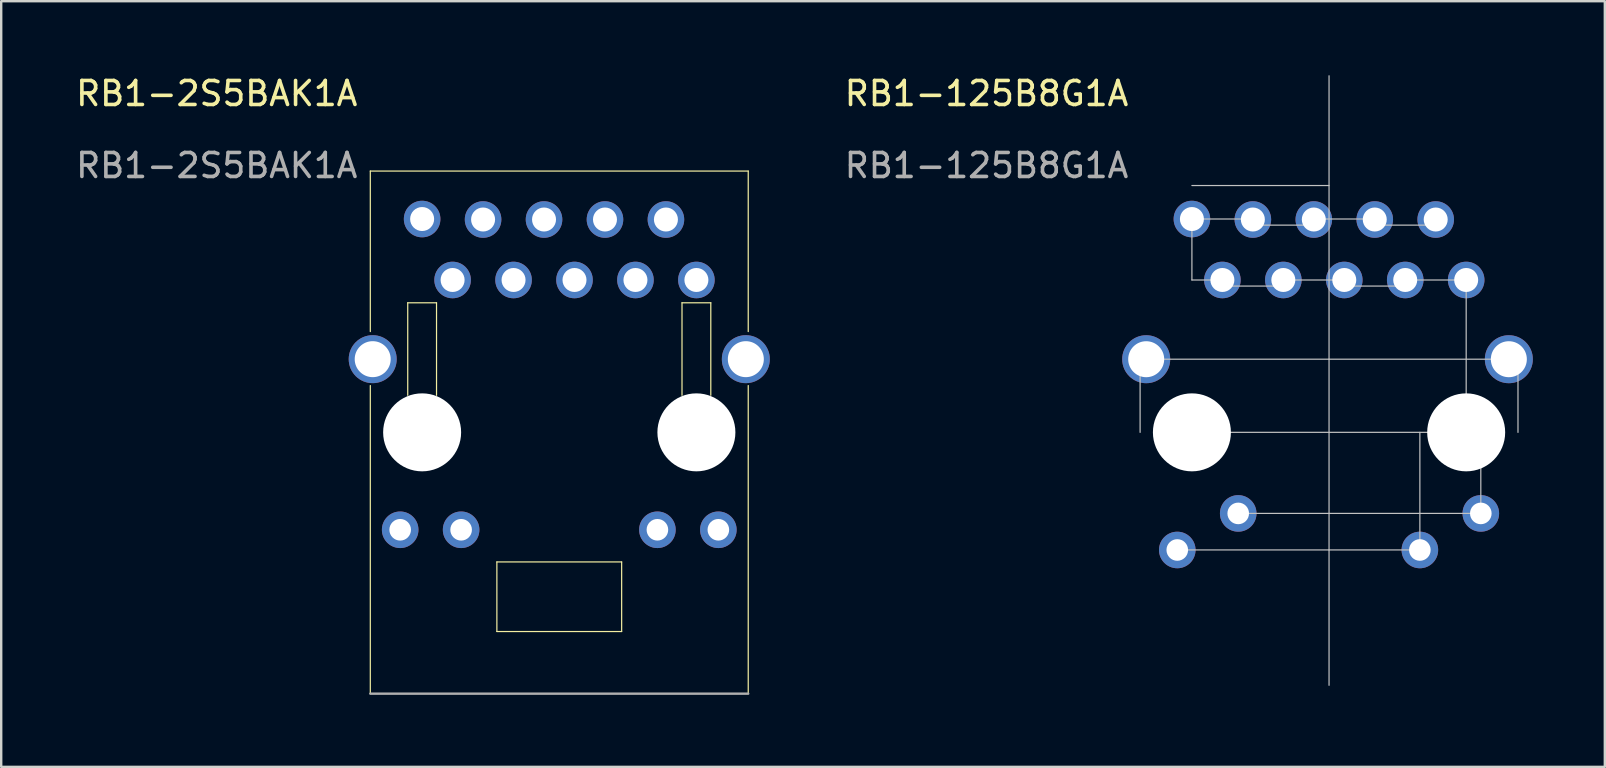
<source format=kicad_pcb>
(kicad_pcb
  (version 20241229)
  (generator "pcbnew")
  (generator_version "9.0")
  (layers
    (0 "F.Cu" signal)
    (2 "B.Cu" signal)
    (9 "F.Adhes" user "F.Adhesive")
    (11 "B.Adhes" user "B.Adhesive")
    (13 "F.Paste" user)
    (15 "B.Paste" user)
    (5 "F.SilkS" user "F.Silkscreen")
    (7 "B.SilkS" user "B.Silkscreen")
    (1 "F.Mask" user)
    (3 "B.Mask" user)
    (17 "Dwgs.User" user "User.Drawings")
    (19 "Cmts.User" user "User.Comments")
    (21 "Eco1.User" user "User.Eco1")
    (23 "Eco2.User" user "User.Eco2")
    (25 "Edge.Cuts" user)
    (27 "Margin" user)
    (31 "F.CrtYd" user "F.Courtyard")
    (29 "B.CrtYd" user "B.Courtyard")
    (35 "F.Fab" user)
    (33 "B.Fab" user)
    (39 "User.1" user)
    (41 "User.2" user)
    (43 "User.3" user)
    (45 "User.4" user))
  (footprint "RB1-125B8G1A"
    (layer "F.Cu")
    (at 46.622 6.078)
    (property "Reference" "RB1-125B8G1A" (at -8.56 -5.23 0) (unlocked yes) (layer "F.SilkS") (effects (font (size 1 1) (thickness 0.15))))
    (fp_line (start -2.159 8.89) (end -2.159 5.842) (stroke (width 0.05) (type solid)) (layer "Dwgs.User"))
    (fp_line (start -0.61 13.79) (end 5.715 13.79) (stroke (width 0.05) (type solid)) (layer "Dwgs.User"))
    (fp_line (start 0 -1.397) (end 5.715 -1.397) (stroke (width 0.05) (type solid)) (layer "Dwgs.User"))
    (fp_line (start 0 0) (end 0 2.54) (stroke (width 0.05) (type solid)) (layer "Dwgs.User"))
    (fp_line (start 0 0) (end 2.54 0) (stroke (width 0.05) (type solid)) (layer "Dwgs.User"))
    (fp_line (start 0 2.54) (end 1.27 2.54) (stroke (width 0.05) (type solid)) (layer "Dwgs.User"))
    (fp_line (start 1.27 2.794) (end 3.81 2.794) (stroke (width 0.05) (type solid)) (layer "Dwgs.User"))
    (fp_line (start 1.93 12.268) (end 5.715 12.268) (stroke (width 0.05) (type solid)) (layer "Dwgs.User"))
    (fp_line (start 2.54 0.254) (end 5.08 0.254) (stroke (width 0.05) (type solid)) (layer "Dwgs.User"))
    (fp_line (start 3.81 2.54) (end 6.35 2.54) (stroke (width 0.05) (type solid)) (layer "Dwgs.User"))
    (fp_line (start 5.08 0) (end 7.62 0) (stroke (width 0.05) (type solid)) (layer "Dwgs.User"))
    (fp_line (start 5.715 -5.969) (end 5.715 19.431) (stroke (width 0.05) (type solid)) (layer "Dwgs.User"))
    (fp_line (start 5.715 5.842) (end -2.159 5.842) (stroke (width 0.05) (type solid)) (layer "Dwgs.User"))
    (fp_line (start 5.715 12.268) (end 12.04 12.268) (stroke (width 0.05) (type solid)) (layer "Dwgs.User"))
    (fp_line (start 5.715 13.79) (end 9.5 13.79) (stroke (width 0.05) (type solid)) (layer "Dwgs.User"))
    (fp_line (start 6.35 2.794) (end 8.89 2.794) (stroke (width 0.05) (type solid)) (layer "Dwgs.User"))
    (fp_line (start 7.62 0.254) (end 10.16 0.254) (stroke (width 0.05) (type solid)) (layer "Dwgs.User"))
    (fp_line (start 8.89 2.54) (end 11.43 2.54) (stroke (width 0.05) (type solid)) (layer "Dwgs.User"))
    (fp_line (start 9.5 8.89) (end 9.5 13.79) (stroke (width 0.05) (type solid)) (layer "Dwgs.User"))
    (fp_line (start 11.43 2.54) (end 11.43 8.89) (stroke (width 0.05) (type solid)) (layer "Dwgs.User"))
    (fp_line (start 11.43 8.89) (end 0 8.89) (stroke (width 0.05) (type solid)) (layer "Dwgs.User"))
    (fp_line (start 12.04 8.89) (end 12.04 12.268) (stroke (width 0.05) (type solid)) (layer "Dwgs.User"))
    (fp_line (start 13.589 5.842) (end 5.715 5.842) (stroke (width 0.05) (type solid)) (layer "Dwgs.User"))
    (fp_line (start 13.589 8.89) (end 13.589 5.842) (stroke (width 0.05) (type solid)) (layer "Dwgs.User"))
    (fp_text user "${REFERENCE}" (at -8.56 -2.23 0) (unlocked yes) (layer "F.Fab") (effects (font (size 1 1) (thickness 0.15))))
    (pad "" np_thru_hole circle (at 0 8.89) (size 3.25 3.25) (drill 3.25) (layers "*.Cu" "*.Mask"))
    (pad "" np_thru_hole circle (at 11.43 8.89) (size 3.25 3.25) (drill 3.25) (layers "*.Cu" "*.Mask"))
    (pad "L1" thru_hole circle (at 12.04 12.268) (size 1.524 1.524) (drill 0.9) (layers "*.Cu" "*.Mask"))
    (pad "L2" thru_hole circle (at 9.5 13.792) (size 1.524 1.524) (drill 0.9) (layers "*.Cu" "*.Mask"))
    (pad "L3" thru_hole circle (at 1.93 12.268) (size 1.524 1.524) (drill 0.9) (layers "*.Cu" "*.Mask"))
    (pad "L4" thru_hole circle (at -0.61 13.792) (size 1.524 1.524) (drill 0.9) (layers "*.Cu" "*.Mask"))
    (pad "R1" thru_hole circle (at 0 0) (size 1.524 1.524) (drill 1) (layers "*.Cu" "*.Mask"))
    (pad "R2" thru_hole circle (at 1.27 2.54) (size 1.524 1.524) (drill 1) (layers "*.Cu" "*.Mask"))
    (pad "R3" thru_hole circle (at 2.54 0.02) (size 1.524 1.524) (drill 1) (layers "*.Cu" "*.Mask"))
    (pad "R4" thru_hole circle (at 3.81 2.54) (size 1.524 1.524) (drill 1) (layers "*.Cu" "*.Mask"))
    (pad "R5" thru_hole circle (at 5.08 0.02) (size 1.524 1.524) (drill 1) (layers "*.Cu" "*.Mask"))
    (pad "R6" thru_hole circle (at 6.35 2.54) (size 1.524 1.524) (drill 1) (layers "*.Cu" "*.Mask"))
    (pad "R7" thru_hole circle (at 7.62 0.02) (size 1.524 1.524) (drill 1) (layers "*.Cu" "*.Mask"))
    (pad "R8" thru_hole circle (at 8.89 2.54) (size 1.524 1.524) (drill 1) (layers "*.Cu" "*.Mask"))
    (pad "R9" thru_hole circle (at 10.16 0.02) (size 1.524 1.524) (drill 1) (layers "*.Cu" "*.Mask"))
    (pad "R10" thru_hole circle (at 11.43 2.54) (size 1.524 1.524) (drill 1) (layers "*.Cu" "*.Mask"))
    (pad "Shield" thru_hole circle (at -1.905 5.842) (size 2 2) (drill 1.5) (layers "*.Cu" "*.Mask"))
    (pad "Shield" thru_hole circle (at 13.208 5.842) (size 2 2) (drill 1.5) (layers "*.Cu" "*.Mask")))
  (footprint "RB1-2S5BAK1A"
    (layer "F.Cu")
    (at 20.257 14.968)
    (property "Reference" "RB1-2S5BAK1A" (at -14.275 -14.12 0) (unlocked yes) (layer "F.SilkS") (effects (font (size 1 1) (thickness 0.15))))
    (fp_line (start -7.875 -10.89) (end 7.875 -10.89) (stroke (width 0.05) (type solid)) (layer "F.SilkS"))
    (fp_line (start -7.875 -4.2) (end -7.875 -10.89) (stroke (width 0.05) (type solid)) (layer "F.SilkS"))
    (fp_line (start -7.875 10.89) (end -7.875 -1.95) (stroke (width 0.05) (type solid)) (layer "F.SilkS"))
    (fp_line (start -6.315 -5.4) (end -5.115 -5.4) (stroke (width 0.05) (type solid)) (layer "F.SilkS"))
    (fp_line (start -6.315 -1.545) (end -6.315 -5.4) (stroke (width 0.05) (type solid)) (layer "F.SilkS"))
    (fp_line (start -5.115 -5.4) (end -5.115 -1.545) (stroke (width 0.05) (type solid)) (layer "F.SilkS"))
    (fp_line (start -2.6 5.4) (end 2.6 5.4) (stroke (width 0.05) (type solid)) (layer "F.SilkS"))
    (fp_line (start -2.6 8.3) (end -2.6 5.4) (stroke (width 0.05) (type solid)) (layer "F.SilkS"))
    (fp_line (start 2.6 5.4) (end 2.6 8.3) (stroke (width 0.05) (type solid)) (layer "F.SilkS"))
    (fp_line (start 2.6 8.3) (end -2.6 8.3) (stroke (width 0.05) (type solid)) (layer "F.SilkS"))
    (fp_line (start 5.115 -5.4) (end 6.315 -5.4) (stroke (width 0.05) (type solid)) (layer "F.SilkS"))
    (fp_line (start 5.115 -1.545) (end 5.115 -5.4) (stroke (width 0.05) (type solid)) (layer "F.SilkS"))
    (fp_line (start 6.315 -5.4) (end 6.315 -1.545) (stroke (width 0.05) (type solid)) (layer "F.SilkS"))
    (fp_line (start 7.875 -4.2) (end 7.875 -10.89) (stroke (width 0.05) (type solid)) (layer "F.SilkS"))
    (fp_line (start 7.875 10.89) (end 7.875 -1.95) (stroke (width 0.05) (type solid)) (layer "F.SilkS"))
    (fp_line (start -7.875 10.89) (end 7.875 10.89) (stroke (width 0.1) (type solid)) (layer "F.Fab"))
    (fp_text user "${REFERENCE}" (at -14.275 -11.12 0) (unlocked yes) (layer "F.Fab") (effects (font (size 1 1) (thickness 0.15))))
    (pad "" np_thru_hole circle (at -5.715 0) (size 3.25 3.25) (drill 3.25) (layers "*.Cu" "*.Mask"))
    (pad "" np_thru_hole circle (at 5.715 0) (size 3.25 3.25) (drill 3.25) (layers "*.Cu" "*.Mask"))
    (pad "L1" thru_hole circle (at 6.63 4.06) (size 1.524 1.524) (drill 0.9) (layers "*.Cu" "*.Mask"))
    (pad "L2" thru_hole circle (at 4.09 4.06) (size 1.524 1.524) (drill 0.9) (layers "*.Cu" "*.Mask"))
    (pad "L3" thru_hole circle (at -4.09 4.06) (size 1.524 1.524) (drill 0.9) (layers "*.Cu" "*.Mask"))
    (pad "L4" thru_hole circle (at -6.63 4.06) (size 1.524 1.524) (drill 0.9) (layers "*.Cu" "*.Mask"))
    (pad "R1" thru_hole circle (at -5.715 -8.89) (size 1.524 1.524) (drill 1) (layers "*.Cu" "*.Mask"))
    (pad "R2" thru_hole circle (at -4.445 -6.35) (size 1.524 1.524) (drill 1) (layers "*.Cu" "*.Mask"))
    (pad "R3" thru_hole circle (at -3.175 -8.87) (size 1.524 1.524) (drill 1) (layers "*.Cu" "*.Mask"))
    (pad "R4" thru_hole circle (at -1.905 -6.35) (size 1.524 1.524) (drill 1) (layers "*.Cu" "*.Mask"))
    (pad "R5" thru_hole circle (at -0.635 -8.87) (size 1.524 1.524) (drill 1) (layers "*.Cu" "*.Mask"))
    (pad "R6" thru_hole circle (at 0.635 -6.35) (size 1.524 1.524) (drill 1) (layers "*.Cu" "*.Mask"))
    (pad "R7" thru_hole circle (at 1.905 -8.87) (size 1.524 1.524) (drill 1) (layers "*.Cu" "*.Mask"))
    (pad "R8" thru_hole circle (at 3.175 -6.35) (size 1.524 1.524) (drill 1) (layers "*.Cu" "*.Mask"))
    (pad "R9" thru_hole circle (at 4.445 -8.87) (size 1.524 1.524) (drill 1) (layers "*.Cu" "*.Mask"))
    (pad "R10" thru_hole circle (at 5.715 -6.35) (size 1.524 1.524) (drill 1) (layers "*.Cu" "*.Mask"))
    (pad "Shield" thru_hole circle (at -7.775 -3.05) (size 2 2) (drill 1.5) (layers "*.Cu" "*.Mask"))
    (pad "Shield" thru_hole circle (at 7.775 -3.05) (size 2 2) (drill 1.5) (layers "*.Cu" "*.Mask"))
    (zone (net_name "") (layer "F.Cu") (hatch edge 0.508) (connect_pads) (min_thickness 0.254) (filled_areas_thickness no) (keepout (tracks not_allowed) (vias not_allowed) (pads not_allowed) (copperpour allowed) (footprints allowed)) (placement (enabled no)) (fill) (polygon (pts (xy 15.142 13.328) (xy 13.942 13.328) (xy 13.942 9.568) (xy 15.142 9.568))))
    (zone (net_name "") (layer "F.Cu") (hatch edge 0.508) (connect_pads) (min_thickness 0.254) (filled_areas_thickness no) (keepout (tracks not_allowed) (vias not_allowed) (pads not_allowed) (copperpour allowed) (footprints allowed)) (placement (enabled no)) (fill) (polygon (pts (xy 22.857 23.268) (xy 17.657 23.268) (xy 17.657 20.368) (xy 22.857 20.368))))
    (zone (net_name "") (layer "F.Cu") (hatch edge 0.508) (connect_pads) (min_thickness 0.254) (filled_areas_thickness no) (keepout (tracks not_allowed) (vias not_allowed) (pads not_allowed) (copperpour allowed) (footprints allowed)) (placement (enabled no)) (fill) (polygon (pts (xy 26.572 13.318) (xy 25.372 13.318) (xy 25.372 9.568) (xy 26.572 9.568)))))
  (gr_rect
    (start -3 -3)
    (end 63.83 28.908)
    (stroke (width 0.1) (type default))
    (fill no)
    (layer "Edge.Cuts")))
</source>
